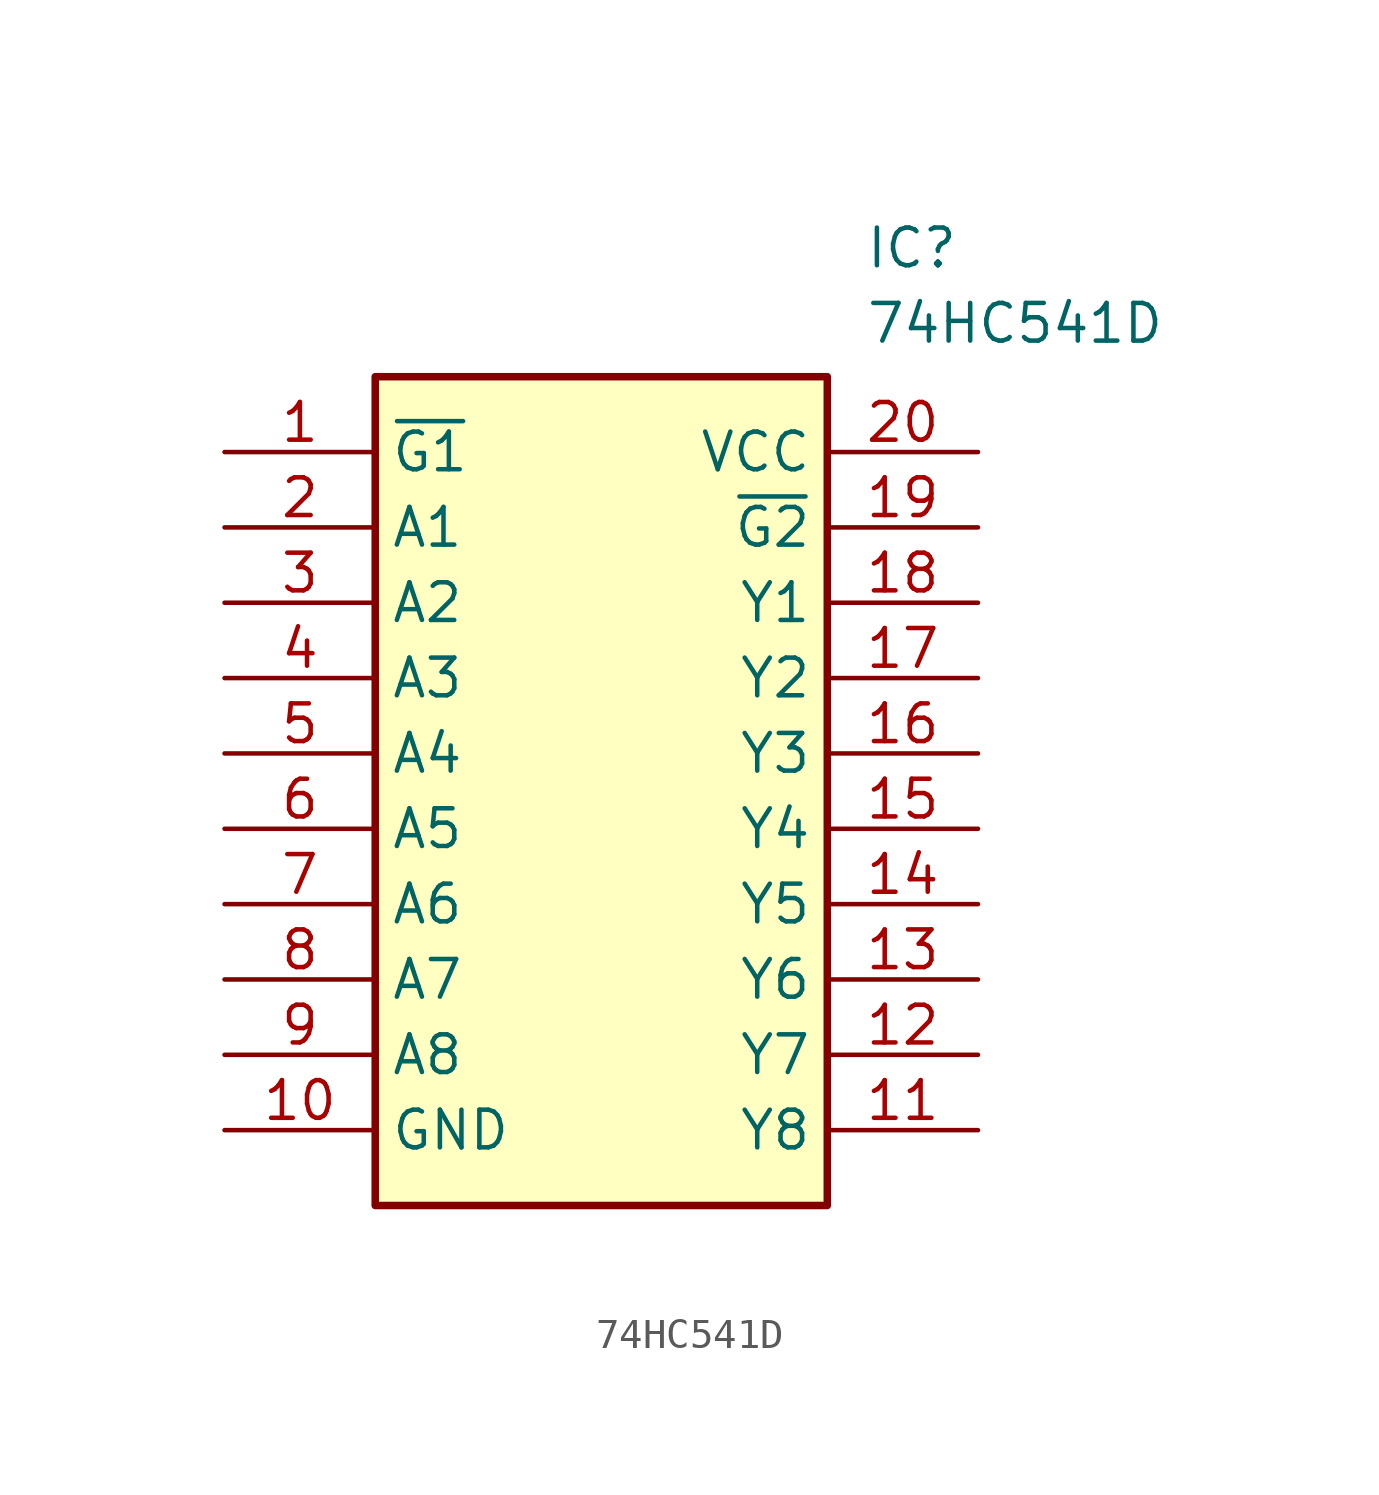
<source format=kicad_sym>
(kicad_symbol_lib
  (version 20211014)
  (generator SamacSys_ECAD_Model)
  (symbol "74HC541D"
    (property "Reference" "IC"
      (at 21.59 7.62 0)
      (effects (font (size 1.27 1.27)) (justify left top)))
    (property "Value" "74HC541D"
      (at 21.59 5.08 0)
      (effects (font (size 1.27 1.27)) (justify left top)))
    (rectangle
      (start 5.08 2.54)
      (end 20.32 -25.4)
      (stroke (width 0.254) (type default))
      (fill (type background)))
    (pin passive line
      (at 0 0 0)
      (length 5.08)
      (name "~{G1}" (effects (font (size 1.27 1.27))))
      (number "1" (effects (font (size 1.27 1.27)))))
    (pin passive line
      (at 0 -2.54 0)
      (length 5.08)
      (name "A1" (effects (font (size 1.27 1.27))))
      (number "2" (effects (font (size 1.27 1.27)))))
    (pin passive line
      (at 0 -5.08 0)
      (length 5.08)
      (name "A2" (effects (font (size 1.27 1.27))))
      (number "3" (effects (font (size 1.27 1.27)))))
    (pin passive line
      (at 0 -7.62 0)
      (length 5.08)
      (name "A3" (effects (font (size 1.27 1.27))))
      (number "4" (effects (font (size 1.27 1.27)))))
    (pin passive line
      (at 0 -10.16 0)
      (length 5.08)
      (name "A4" (effects (font (size 1.27 1.27))))
      (number "5" (effects (font (size 1.27 1.27)))))
    (pin passive line
      (at 0 -12.7 0)
      (length 5.08)
      (name "A5" (effects (font (size 1.27 1.27))))
      (number "6" (effects (font (size 1.27 1.27)))))
    (pin passive line
      (at 0 -15.24 0)
      (length 5.08)
      (name "A6" (effects (font (size 1.27 1.27))))
      (number "7" (effects (font (size 1.27 1.27)))))
    (pin passive line
      (at 0 -17.78 0)
      (length 5.08)
      (name "A7" (effects (font (size 1.27 1.27))))
      (number "8" (effects (font (size 1.27 1.27)))))
    (pin passive line
      (at 0 -20.32 0)
      (length 5.08)
      (name "A8" (effects (font (size 1.27 1.27))))
      (number "9" (effects (font (size 1.27 1.27)))))
    (pin passive line
      (at 0 -22.86 0)
      (length 5.08)
      (name "GND" (effects (font (size 1.27 1.27))))
      (number "10" (effects (font (size 1.27 1.27)))))
    (pin passive line
      (at 25.4 0 180)
      (length 5.08)
      (name "VCC" (effects (font (size 1.27 1.27))))
      (number "20" (effects (font (size 1.27 1.27)))))
    (pin passive line
      (at 25.4 -2.54 180)
      (length 5.08)
      (name "~{G2}" (effects (font (size 1.27 1.27))))
      (number "19" (effects (font (size 1.27 1.27)))))
    (pin passive line
      (at 25.4 -5.08 180)
      (length 5.08)
      (name "Y1" (effects (font (size 1.27 1.27))))
      (number "18" (effects (font (size 1.27 1.27)))))
    (pin passive line
      (at 25.4 -7.62 180)
      (length 5.08)
      (name "Y2" (effects (font (size 1.27 1.27))))
      (number "17" (effects (font (size 1.27 1.27)))))
    (pin passive line
      (at 25.4 -10.16 180)
      (length 5.08)
      (name "Y3" (effects (font (size 1.27 1.27))))
      (number "16" (effects (font (size 1.27 1.27)))))
    (pin passive line
      (at 25.4 -12.7 180)
      (length 5.08)
      (name "Y4" (effects (font (size 1.27 1.27))))
      (number "15" (effects (font (size 1.27 1.27)))))
    (pin passive line
      (at 25.4 -15.24 180)
      (length 5.08)
      (name "Y5" (effects (font (size 1.27 1.27))))
      (number "14" (effects (font (size 1.27 1.27)))))
    (pin passive line
      (at 25.4 -17.78 180)
      (length 5.08)
      (name "Y6" (effects (font (size 1.27 1.27))))
      (number "13" (effects (font (size 1.27 1.27)))))
    (pin passive line
      (at 25.4 -20.32 180)
      (length 5.08)
      (name "Y7" (effects (font (size 1.27 1.27))))
      (number "12" (effects (font (size 1.27 1.27)))))
    (pin passive line
      (at 25.4 -22.86 180)
      (length 5.08)
      (name "Y8" (effects (font (size 1.27 1.27))))
      (number "11" (effects (font (size 1.27 1.27)))))))
</source>
